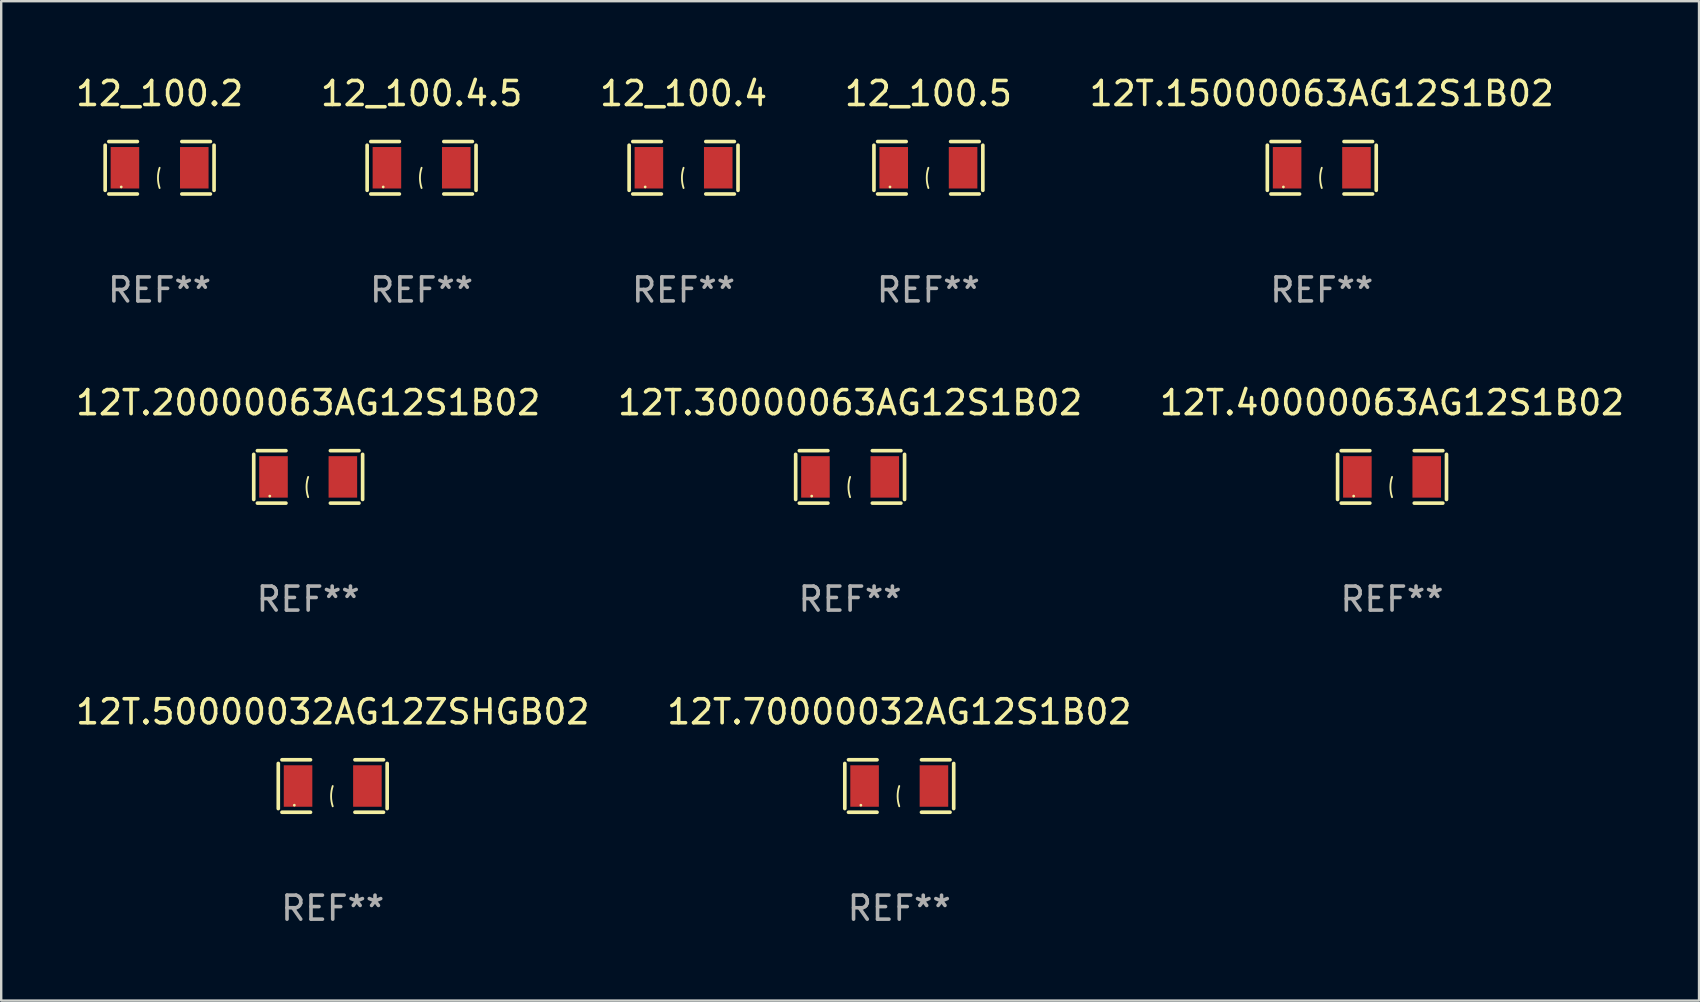
<source format=kicad_pcb>
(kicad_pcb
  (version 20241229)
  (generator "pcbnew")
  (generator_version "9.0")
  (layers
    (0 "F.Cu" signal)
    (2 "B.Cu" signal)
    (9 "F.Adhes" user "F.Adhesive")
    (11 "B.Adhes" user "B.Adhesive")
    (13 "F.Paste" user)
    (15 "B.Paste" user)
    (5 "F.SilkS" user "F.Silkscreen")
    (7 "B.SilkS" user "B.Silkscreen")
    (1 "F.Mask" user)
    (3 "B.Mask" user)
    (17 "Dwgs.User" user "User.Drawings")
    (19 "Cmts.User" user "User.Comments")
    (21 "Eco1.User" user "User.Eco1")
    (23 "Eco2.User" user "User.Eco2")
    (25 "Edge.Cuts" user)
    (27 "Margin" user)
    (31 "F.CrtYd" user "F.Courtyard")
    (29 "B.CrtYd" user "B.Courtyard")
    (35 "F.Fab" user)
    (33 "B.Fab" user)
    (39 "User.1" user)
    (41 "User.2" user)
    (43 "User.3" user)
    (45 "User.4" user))
  (footprint "12T.40000063AG12S1B02"
    (layer "F.Cu")
    (at 54.958 16.823)
    (property "Reference" "12T.40000063AG12S1B02" (at 0 -3.093 0) (layer "F.SilkS") (effects (font (size 1 1) (thickness 0.15))))
    (attr through_hole)
    (fp_line (start -2.269 -0.94) (end -2.269 0.94) (stroke (width 0.152) (type solid)) (layer "F.SilkS"))
    (fp_line (start -2.116 1.093) (end -0.926 1.093) (stroke (width 0.152) (type solid)) (layer "F.SilkS"))
    (fp_line (start -0.926 -1.093) (end -2.116 -1.093) (stroke (width 0.152) (type solid)) (layer "F.SilkS"))
    (fp_line (start 0.926 -1.093) (end 2.116 -1.093) (stroke (width 0.152) (type solid)) (layer "F.SilkS"))
    (fp_line (start 2.116 1.093) (end 0.926 1.093) (stroke (width 0.152) (type solid)) (layer "F.SilkS"))
    (fp_line (start 2.269 -0.94) (end 2.269 0.94) (stroke (width 0.152) (type solid)) (layer "F.SilkS"))
    (fp_arc (start 0 0.844951) (mid -0.068559 0.422475) (end 0 0) (stroke (width 0.0762) (type solid)) (layer "F.SilkS"))
    (fp_circle (center -1.6 0.8) (end -1.57 0.8) (stroke (width 0.06) (type solid)) (fill no) (layer "F.SilkS"))
    (fp_text user "REF**" (at 0 5.093 0) (layer "F.Fab") (effects (font (size 1 1) (thickness 0.15))))
    (pad "1" smd rect (at -1.445 0) (size 1.19 1.728) (layers "F.Cu" "F.Mask" "F.Paste"))
    (pad "2" smd rect (at 1.445 0) (size 1.19 1.728) (layers "F.Cu" "F.Mask" "F.Paste")))
  (footprint "12T.70000032AG12S1B02"
    (layer "F.Cu")
    (at 34.423 29.704)
    (property "Reference" "12T.70000032AG12S1B02" (at 0 -3.093 0) (layer "F.SilkS") (effects (font (size 1 1) (thickness 0.15))))
    (attr through_hole)
    (fp_line (start -2.269 -0.94) (end -2.269 0.94) (stroke (width 0.152) (type solid)) (layer "F.SilkS"))
    (fp_line (start -2.116 1.093) (end -0.926 1.093) (stroke (width 0.152) (type solid)) (layer "F.SilkS"))
    (fp_line (start -0.926 -1.093) (end -2.116 -1.093) (stroke (width 0.152) (type solid)) (layer "F.SilkS"))
    (fp_line (start 0.926 -1.093) (end 2.116 -1.093) (stroke (width 0.152) (type solid)) (layer "F.SilkS"))
    (fp_line (start 2.116 1.093) (end 0.926 1.093) (stroke (width 0.152) (type solid)) (layer "F.SilkS"))
    (fp_line (start 2.269 -0.94) (end 2.269 0.94) (stroke (width 0.152) (type solid)) (layer "F.SilkS"))
    (fp_arc (start 0 0.844951) (mid -0.068559 0.422475) (end 0 0) (stroke (width 0.0762) (type solid)) (layer "F.SilkS"))
    (fp_circle (center -1.6 0.8) (end -1.57 0.8) (stroke (width 0.06) (type solid)) (fill no) (layer "F.SilkS"))
    (fp_text user "REF**" (at 0 5.093 0) (layer "F.Fab") (effects (font (size 1 1) (thickness 0.15))))
    (pad "1" smd rect (at -1.445 0) (size 1.19 1.728) (layers "F.Cu" "F.Mask" "F.Paste"))
    (pad "2" smd rect (at 1.445 0) (size 1.19 1.728) (layers "F.Cu" "F.Mask" "F.Paste")))
  (footprint "12T.15000063AG12S1B02"
    (layer "F.Cu")
    (at 52.03 3.941)
    (property "Reference" "12T.15000063AG12S1B02" (at 0 -3.093 0) (layer "F.SilkS") (effects (font (size 1 1) (thickness 0.15))))
    (attr through_hole)
    (fp_line (start -2.269 -0.94) (end -2.269 0.94) (stroke (width 0.152) (type solid)) (layer "F.SilkS"))
    (fp_line (start -2.116 1.093) (end -0.926 1.093) (stroke (width 0.152) (type solid)) (layer "F.SilkS"))
    (fp_line (start -0.926 -1.093) (end -2.116 -1.093) (stroke (width 0.152) (type solid)) (layer "F.SilkS"))
    (fp_line (start 0.926 -1.093) (end 2.116 -1.093) (stroke (width 0.152) (type solid)) (layer "F.SilkS"))
    (fp_line (start 2.116 1.093) (end 0.926 1.093) (stroke (width 0.152) (type solid)) (layer "F.SilkS"))
    (fp_line (start 2.269 -0.94) (end 2.269 0.94) (stroke (width 0.152) (type solid)) (layer "F.SilkS"))
    (fp_arc (start 0 0.844951) (mid -0.068559 0.422475) (end 0 0) (stroke (width 0.0762) (type solid)) (layer "F.SilkS"))
    (fp_circle (center -1.6 0.8) (end -1.57 0.8) (stroke (width 0.06) (type solid)) (fill no) (layer "F.SilkS"))
    (fp_text user "REF**" (at 0 5.093 0) (layer "F.Fab") (effects (font (size 1 1) (thickness 0.15))))
    (pad "1" smd rect (at -1.445 0) (size 1.19 1.728) (layers "F.Cu" "F.Mask" "F.Paste"))
    (pad "2" smd rect (at 1.445 0) (size 1.19 1.728) (layers "F.Cu" "F.Mask" "F.Paste")))
  (footprint "12_100.5"
    (layer "F.Cu")
    (at 35.637 3.941)
    (property "Reference" "12_100.5" (at 0 -3.093 0) (layer "F.SilkS") (effects (font (size 1 1) (thickness 0.15))))
    (attr through_hole)
    (fp_line (start -2.269 -0.94) (end -2.269 0.94) (stroke (width 0.152) (type solid)) (layer "F.SilkS"))
    (fp_line (start -2.116 1.093) (end -0.926 1.093) (stroke (width 0.152) (type solid)) (layer "F.SilkS"))
    (fp_line (start -0.926 -1.093) (end -2.116 -1.093) (stroke (width 0.152) (type solid)) (layer "F.SilkS"))
    (fp_line (start 0.926 -1.093) (end 2.116 -1.093) (stroke (width 0.152) (type solid)) (layer "F.SilkS"))
    (fp_line (start 2.116 1.093) (end 0.926 1.093) (stroke (width 0.152) (type solid)) (layer "F.SilkS"))
    (fp_line (start 2.269 -0.94) (end 2.269 0.94) (stroke (width 0.152) (type solid)) (layer "F.SilkS"))
    (fp_arc (start 0 0.844951) (mid -0.068559 0.422475) (end 0 0) (stroke (width 0.0762) (type solid)) (layer "F.SilkS"))
    (fp_circle (center -1.6 0.8) (end -1.57 0.8) (stroke (width 0.06) (type solid)) (fill no) (layer "F.SilkS"))
    (fp_text user "REF**" (at 0 5.093 0) (layer "F.Fab") (effects (font (size 1 1) (thickness 0.15))))
    (pad "1" smd rect (at -1.445 0) (size 1.19 1.728) (layers "F.Cu" "F.Mask" "F.Paste"))
    (pad "2" smd rect (at 1.445 0) (size 1.19 1.728) (layers "F.Cu" "F.Mask" "F.Paste")))
  (footprint "12T.20000063AG12S1B02"
    (layer "F.Cu")
    (at 9.792 16.823)
    (property "Reference" "12T.20000063AG12S1B02" (at 0 -3.093 0) (layer "F.SilkS") (effects (font (size 1 1) (thickness 0.15))))
    (attr through_hole)
    (fp_line (start -2.269 -0.94) (end -2.269 0.94) (stroke (width 0.152) (type solid)) (layer "F.SilkS"))
    (fp_line (start -2.116 1.093) (end -0.926 1.093) (stroke (width 0.152) (type solid)) (layer "F.SilkS"))
    (fp_line (start -0.926 -1.093) (end -2.116 -1.093) (stroke (width 0.152) (type solid)) (layer "F.SilkS"))
    (fp_line (start 0.926 -1.093) (end 2.116 -1.093) (stroke (width 0.152) (type solid)) (layer "F.SilkS"))
    (fp_line (start 2.116 1.093) (end 0.926 1.093) (stroke (width 0.152) (type solid)) (layer "F.SilkS"))
    (fp_line (start 2.269 -0.94) (end 2.269 0.94) (stroke (width 0.152) (type solid)) (layer "F.SilkS"))
    (fp_arc (start 0 0.844951) (mid -0.068559 0.422475) (end 0 0) (stroke (width 0.0762) (type solid)) (layer "F.SilkS"))
    (fp_circle (center -1.6 0.8) (end -1.57 0.8) (stroke (width 0.06) (type solid)) (fill no) (layer "F.SilkS"))
    (fp_text user "REF**" (at 0 5.093 0) (layer "F.Fab") (effects (font (size 1 1) (thickness 0.15))))
    (pad "1" smd rect (at -1.445 0) (size 1.19 1.728) (layers "F.Cu" "F.Mask" "F.Paste"))
    (pad "2" smd rect (at 1.445 0) (size 1.19 1.728) (layers "F.Cu" "F.Mask" "F.Paste")))
  (footprint "12_100.4.5"
    (layer "F.Cu")
    (at 14.518 3.941)
    (property "Reference" "12_100.4.5" (at 0 -3.093 0) (layer "F.SilkS") (effects (font (size 1 1) (thickness 0.15))))
    (attr through_hole)
    (fp_line (start -2.269 -0.94) (end -2.269 0.94) (stroke (width 0.152) (type solid)) (layer "F.SilkS"))
    (fp_line (start -2.116 1.093) (end -0.926 1.093) (stroke (width 0.152) (type solid)) (layer "F.SilkS"))
    (fp_line (start -0.926 -1.093) (end -2.116 -1.093) (stroke (width 0.152) (type solid)) (layer "F.SilkS"))
    (fp_line (start 0.926 -1.093) (end 2.116 -1.093) (stroke (width 0.152) (type solid)) (layer "F.SilkS"))
    (fp_line (start 2.116 1.093) (end 0.926 1.093) (stroke (width 0.152) (type solid)) (layer "F.SilkS"))
    (fp_line (start 2.269 -0.94) (end 2.269 0.94) (stroke (width 0.152) (type solid)) (layer "F.SilkS"))
    (fp_arc (start 0 0.844951) (mid -0.068559 0.422475) (end 0 0) (stroke (width 0.0762) (type solid)) (layer "F.SilkS"))
    (fp_circle (center -1.6 0.8) (end -1.57 0.8) (stroke (width 0.06) (type solid)) (fill no) (layer "F.SilkS"))
    (fp_text user "REF**" (at 0 5.093 0) (layer "F.Fab") (effects (font (size 1 1) (thickness 0.15))))
    (pad "1" smd rect (at -1.445 0) (size 1.19 1.728) (layers "F.Cu" "F.Mask" "F.Paste"))
    (pad "2" smd rect (at 1.445 0) (size 1.19 1.728) (layers "F.Cu" "F.Mask" "F.Paste")))
  (footprint "12T.30000063AG12S1B02"
    (layer "F.Cu")
    (at 32.375 16.823)
    (property "Reference" "12T.30000063AG12S1B02" (at 0 -3.093 0) (layer "F.SilkS") (effects (font (size 1 1) (thickness 0.15))))
    (attr through_hole)
    (fp_line (start -2.269 -0.94) (end -2.269 0.94) (stroke (width 0.152) (type solid)) (layer "F.SilkS"))
    (fp_line (start -2.116 1.093) (end -0.926 1.093) (stroke (width 0.152) (type solid)) (layer "F.SilkS"))
    (fp_line (start -0.926 -1.093) (end -2.116 -1.093) (stroke (width 0.152) (type solid)) (layer "F.SilkS"))
    (fp_line (start 0.926 -1.093) (end 2.116 -1.093) (stroke (width 0.152) (type solid)) (layer "F.SilkS"))
    (fp_line (start 2.116 1.093) (end 0.926 1.093) (stroke (width 0.152) (type solid)) (layer "F.SilkS"))
    (fp_line (start 2.269 -0.94) (end 2.269 0.94) (stroke (width 0.152) (type solid)) (layer "F.SilkS"))
    (fp_arc (start 0 0.844951) (mid -0.068559 0.422475) (end 0 0) (stroke (width 0.0762) (type solid)) (layer "F.SilkS"))
    (fp_circle (center -1.6 0.8) (end -1.57 0.8) (stroke (width 0.06) (type solid)) (fill no) (layer "F.SilkS"))
    (fp_text user "REF**" (at 0 5.093 0) (layer "F.Fab") (effects (font (size 1 1) (thickness 0.15))))
    (pad "1" smd rect (at -1.445 0) (size 1.19 1.728) (layers "F.Cu" "F.Mask" "F.Paste"))
    (pad "2" smd rect (at 1.445 0) (size 1.19 1.728) (layers "F.Cu" "F.Mask" "F.Paste")))
  (footprint "12T.50000032AG12ZSHGB02"
    (layer "F.Cu")
    (at 10.815 29.704)
    (property "Reference" "12T.50000032AG12ZSHGB02" (at 0 -3.093 0) (layer "F.SilkS") (effects (font (size 1 1) (thickness 0.15))))
    (attr through_hole)
    (fp_line (start -2.269 -0.94) (end -2.269 0.94) (stroke (width 0.152) (type solid)) (layer "F.SilkS"))
    (fp_line (start -2.116 1.093) (end -0.926 1.093) (stroke (width 0.152) (type solid)) (layer "F.SilkS"))
    (fp_line (start -0.926 -1.093) (end -2.116 -1.093) (stroke (width 0.152) (type solid)) (layer "F.SilkS"))
    (fp_line (start 0.926 -1.093) (end 2.116 -1.093) (stroke (width 0.152) (type solid)) (layer "F.SilkS"))
    (fp_line (start 2.116 1.093) (end 0.926 1.093) (stroke (width 0.152) (type solid)) (layer "F.SilkS"))
    (fp_line (start 2.269 -0.94) (end 2.269 0.94) (stroke (width 0.152) (type solid)) (layer "F.SilkS"))
    (fp_arc (start 0 0.844951) (mid -0.068559 0.422475) (end 0 0) (stroke (width 0.0762) (type solid)) (layer "F.SilkS"))
    (fp_circle (center -1.6 0.8) (end -1.57 0.8) (stroke (width 0.06) (type solid)) (fill no) (layer "F.SilkS"))
    (fp_text user "REF**" (at 0 5.093 0) (layer "F.Fab") (effects (font (size 1 1) (thickness 0.15))))
    (pad "1" smd rect (at -1.445 0) (size 1.19 1.728) (layers "F.Cu" "F.Mask" "F.Paste"))
    (pad "2" smd rect (at 1.445 0) (size 1.19 1.728) (layers "F.Cu" "F.Mask" "F.Paste")))
  (footprint "12_100.4"
    (layer "F.Cu")
    (at 25.435 3.941)
    (property "Reference" "12_100.4" (at 0 -3.093 0) (layer "F.SilkS") (effects (font (size 1 1) (thickness 0.15))))
    (attr through_hole)
    (fp_line (start -2.269 -0.94) (end -2.269 0.94) (stroke (width 0.152) (type solid)) (layer "F.SilkS"))
    (fp_line (start -2.116 1.093) (end -0.926 1.093) (stroke (width 0.152) (type solid)) (layer "F.SilkS"))
    (fp_line (start -0.926 -1.093) (end -2.116 -1.093) (stroke (width 0.152) (type solid)) (layer "F.SilkS"))
    (fp_line (start 0.926 -1.093) (end 2.116 -1.093) (stroke (width 0.152) (type solid)) (layer "F.SilkS"))
    (fp_line (start 2.116 1.093) (end 0.926 1.093) (stroke (width 0.152) (type solid)) (layer "F.SilkS"))
    (fp_line (start 2.269 -0.94) (end 2.269 0.94) (stroke (width 0.152) (type solid)) (layer "F.SilkS"))
    (fp_arc (start 0 0.844951) (mid -0.068559 0.422475) (end 0 0) (stroke (width 0.0762) (type solid)) (layer "F.SilkS"))
    (fp_circle (center -1.6 0.8) (end -1.57 0.8) (stroke (width 0.06) (type solid)) (fill no) (layer "F.SilkS"))
    (fp_text user "REF**" (at 0 5.093 0) (layer "F.Fab") (effects (font (size 1 1) (thickness 0.15))))
    (pad "1" smd rect (at -1.445 0) (size 1.19 1.728) (layers "F.Cu" "F.Mask" "F.Paste"))
    (pad "2" smd rect (at 1.445 0) (size 1.19 1.728) (layers "F.Cu" "F.Mask" "F.Paste")))
  (footprint "12_100.2"
    (layer "F.Cu")
    (at 3.601 3.941)
    (property "Reference" "12_100.2" (at 0 -3.093 0) (layer "F.SilkS") (effects (font (size 1 1) (thickness 0.15))))
    (attr through_hole)
    (fp_line (start -2.269 -0.94) (end -2.269 0.94) (stroke (width 0.152) (type solid)) (layer "F.SilkS"))
    (fp_line (start -2.116 1.093) (end -0.926 1.093) (stroke (width 0.152) (type solid)) (layer "F.SilkS"))
    (fp_line (start -0.926 -1.093) (end -2.116 -1.093) (stroke (width 0.152) (type solid)) (layer "F.SilkS"))
    (fp_line (start 0.926 -1.093) (end 2.116 -1.093) (stroke (width 0.152) (type solid)) (layer "F.SilkS"))
    (fp_line (start 2.116 1.093) (end 0.926 1.093) (stroke (width 0.152) (type solid)) (layer "F.SilkS"))
    (fp_line (start 2.269 -0.94) (end 2.269 0.94) (stroke (width 0.152) (type solid)) (layer "F.SilkS"))
    (fp_arc (start 0 0.844951) (mid -0.068559 0.422475) (end 0 0) (stroke (width 0.0762) (type solid)) (layer "F.SilkS"))
    (fp_circle (center -1.6 0.8) (end -1.57 0.8) (stroke (width 0.06) (type solid)) (fill no) (layer "F.SilkS"))
    (fp_text user "REF**" (at 0 5.093 0) (layer "F.Fab") (effects (font (size 1 1) (thickness 0.15))))
    (pad "1" smd rect (at -1.445 0) (size 1.19 1.728) (layers "F.Cu" "F.Mask" "F.Paste"))
    (pad "2" smd rect (at 1.445 0) (size 1.19 1.728) (layers "F.Cu" "F.Mask" "F.Paste")))
  (gr_rect
    (start -3 -3)
    (end 67.75 38.645)
    (stroke (width 0.1) (type default))
    (fill no)
    (layer "Edge.Cuts")))
</source>
